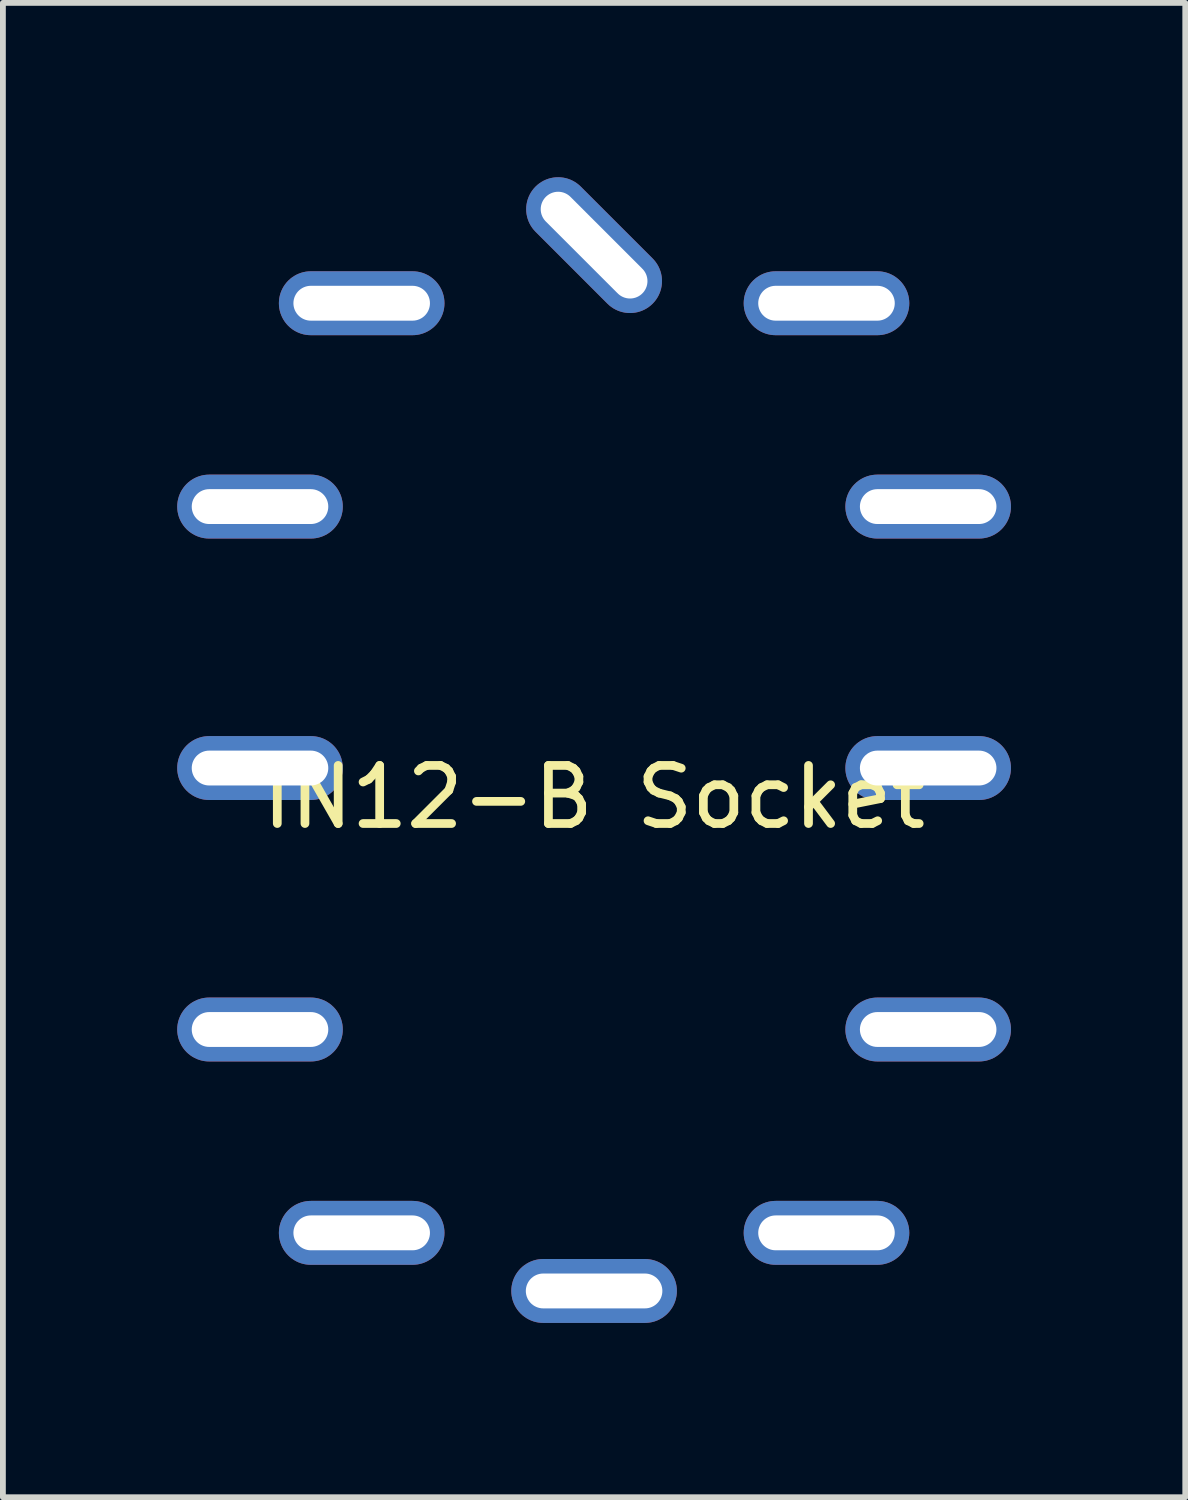
<source format=kicad_pcb>
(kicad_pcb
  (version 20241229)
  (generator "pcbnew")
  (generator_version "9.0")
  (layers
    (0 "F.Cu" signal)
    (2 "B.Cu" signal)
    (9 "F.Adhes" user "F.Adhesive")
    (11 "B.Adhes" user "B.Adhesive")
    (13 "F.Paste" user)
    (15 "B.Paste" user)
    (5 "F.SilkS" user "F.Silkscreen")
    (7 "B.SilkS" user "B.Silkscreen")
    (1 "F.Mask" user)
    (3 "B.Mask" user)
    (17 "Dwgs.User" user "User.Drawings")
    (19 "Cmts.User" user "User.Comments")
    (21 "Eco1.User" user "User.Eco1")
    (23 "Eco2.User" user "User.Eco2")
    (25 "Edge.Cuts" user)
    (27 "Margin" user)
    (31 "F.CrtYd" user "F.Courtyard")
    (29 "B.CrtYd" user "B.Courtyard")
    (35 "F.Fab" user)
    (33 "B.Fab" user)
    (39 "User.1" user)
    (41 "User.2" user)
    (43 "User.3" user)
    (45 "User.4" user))
  (footprint "IN12-B Socket"
    (layer "F.Cu")
    (at 7.175 10.169)
    (property "Reference" "IN12-B Socket" (at 0 0.5 0) (layer "F.SilkS") (effects (font (size 1 1) (thickness 0.15))))
    (attr through_hole)
    (pad "1" thru_hole oval (at -4 -8) (size 2.85 1.1) (drill oval 2.35 0.6) (layers "*.Cu" "*.Mask"))
    (pad "3" thru_hole oval (at -5.75 0) (size 2.85 1.1) (drill oval 2.35 0.6) (layers "*.Cu" "*.Mask"))
    (pad "4" thru_hole oval (at 5.75 -4.5) (size 2.85 1.1) (drill oval 2.35 0.6) (layers "*.Cu" "*.Mask"))
    (pad "5" thru_hole oval (at 5.75 4.5) (size 2.85 1.1) (drill oval 2.35 0.6) (layers "*.Cu" "*.Mask"))
    (pad "6" thru_hole oval (at -5.75 4.5) (size 2.85 1.1) (drill oval 2.35 0.6) (layers "*.Cu" "*.Mask"))
    (pad "7" thru_hole oval (at -5.75 -4.5) (size 2.85 1.1) (drill oval 2.35 0.6) (layers "*.Cu" "*.Mask"))
    (pad "8" thru_hole oval (at -4 8) (size 2.85 1.1) (drill oval 2.35 0.6) (layers "*.Cu" "*.Mask"))
    (pad "9" thru_hole oval (at 5.75 0) (size 2.85 1.1) (drill oval 2.35 0.6) (layers "*.Cu" "*.Mask"))
    (pad "10" thru_hole oval (at 4 8) (size 2.85 1.1) (drill oval 2.35 0.6) (layers "*.Cu" "*.Mask"))
    (pad "11" thru_hole oval (at 4 -8) (size 2.85 1.1) (drill oval 2.35 0.6) (layers "*.Cu" "*.Mask"))
    (pad "12" thru_hole oval (at 0 -9 315) (size 2.85 1.1) (drill oval 2.35 0.6) (layers "*.Cu" "*.Mask"))
    (pad "14" thru_hole oval (at 0 9) (size 2.85 1.1) (drill oval 2.35 0.6) (layers "*.Cu" "*.Mask")))
  (gr_rect
    (start -3 -3)
    (end 17.35 22.719)
    (stroke (width 0.1) (type default))
    (fill no)
    (layer "Edge.Cuts")))
</source>
